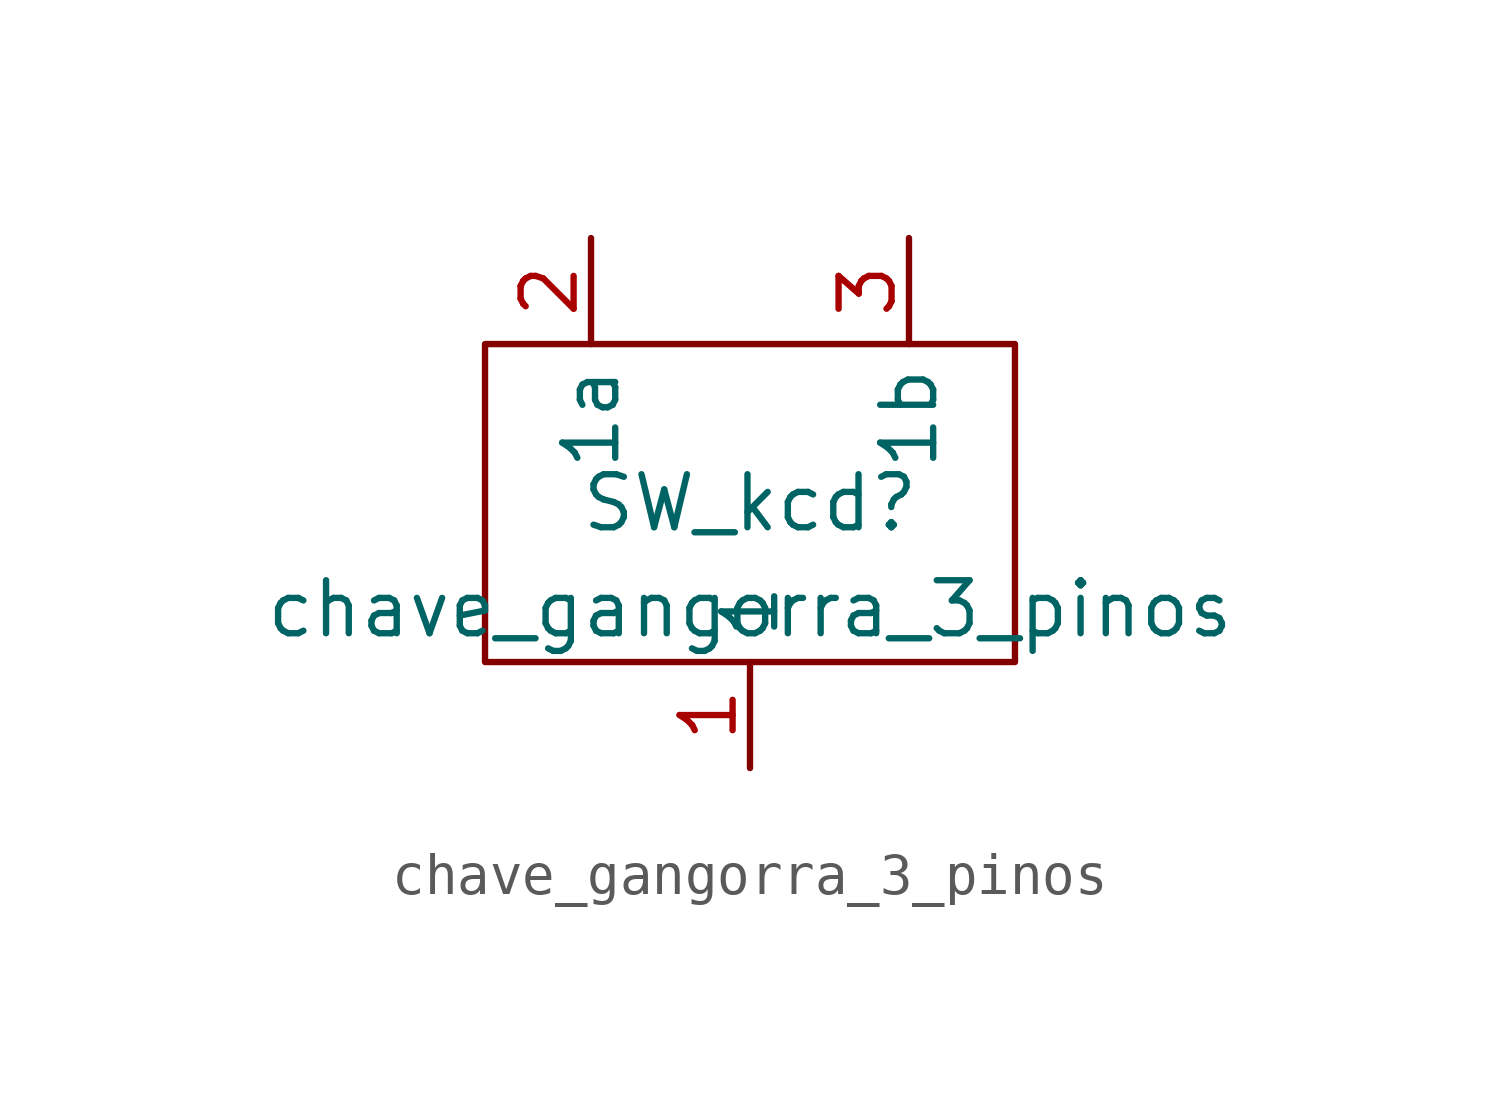
<source format=kicad_sym>
(kicad_symbol_lib
  (version 20220914)
  (generator kicad_symbol_editor)
  (symbol "chave_gangorra_3_pinos"
    (property "Reference" "SW_kcd"
      (at 0 2.54 0)
      (effects (font (size 1.27 1.27))))
    (property "Value" "chave_gangorra_3_pinos"
      (at 0 0 0)
      (effects (font (size 1.27 1.27))))
    (symbol "chave_gangorra_3_pinos_0_1"
      (rectangle (start -6.35 6.35) (end 6.35 -1.27) (stroke (width 0) (type default)) (fill (type none))))
    (symbol "chave_gangorra_3_pinos_1_0"
      (pin input line (at 3.81 8.89 270) (length 2.54) (name "1b" (effects (font (size 1.27 1.27)))) (number "3" (effects (font (size 1.27 1.27))))))
    (symbol "chave_gangorra_3_pinos_1_1"
      (pin input line (at 0 -3.81 90) (length 2.54) (name "1" (effects (font (size 1.27 1.27)))) (number "1" (effects (font (size 1.27 1.27)))))
      (pin input line (at -3.81 8.89 270) (length 2.54) (name "1a" (effects (font (size 1.27 1.27)))) (number "2" (effects (font (size 1.27 1.27))))))))
</source>
